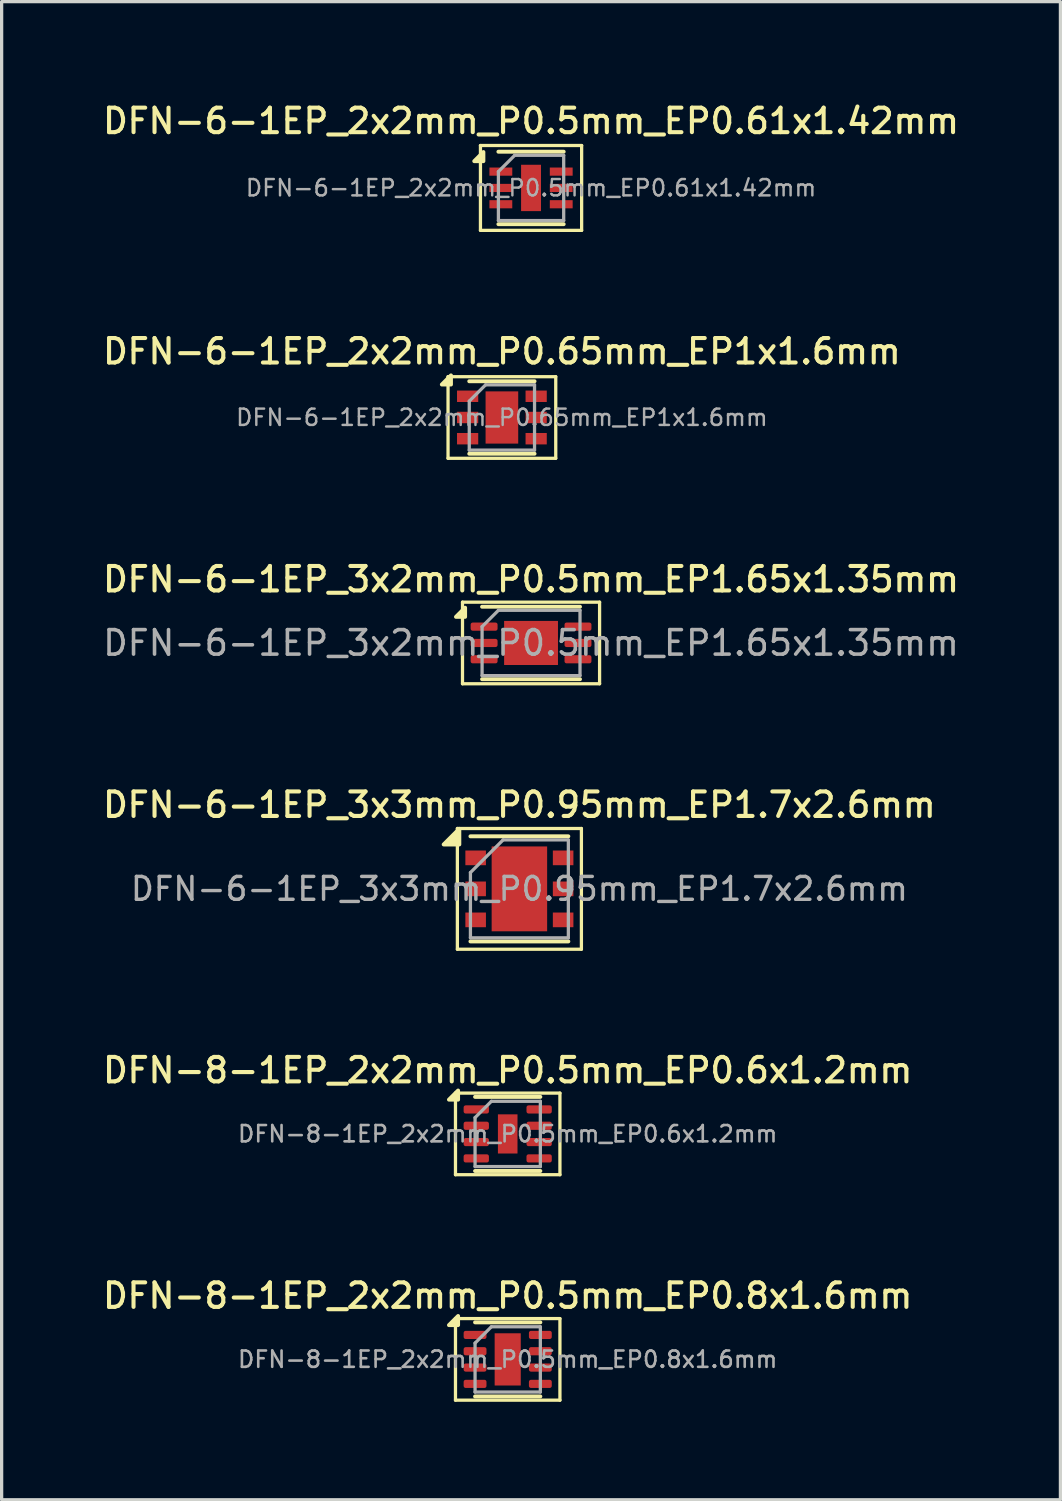
<source format=kicad_pcb>
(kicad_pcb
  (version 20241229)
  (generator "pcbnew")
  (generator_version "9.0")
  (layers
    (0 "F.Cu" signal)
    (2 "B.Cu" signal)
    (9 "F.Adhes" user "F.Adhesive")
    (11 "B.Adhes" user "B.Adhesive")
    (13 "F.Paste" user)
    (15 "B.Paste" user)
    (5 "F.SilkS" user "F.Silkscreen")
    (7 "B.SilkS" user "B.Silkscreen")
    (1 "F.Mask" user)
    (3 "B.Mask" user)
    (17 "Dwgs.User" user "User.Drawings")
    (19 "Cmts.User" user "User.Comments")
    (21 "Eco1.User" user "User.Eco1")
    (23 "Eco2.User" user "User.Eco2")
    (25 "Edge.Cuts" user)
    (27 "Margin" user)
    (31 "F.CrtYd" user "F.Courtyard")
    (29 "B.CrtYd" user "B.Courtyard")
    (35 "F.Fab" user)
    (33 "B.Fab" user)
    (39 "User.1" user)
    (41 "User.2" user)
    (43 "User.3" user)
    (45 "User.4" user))
  (footprint "DFN-6-1EP_3x2mm_P0.5mm_EP1.65x1.35mm"
    (layer "F.Cu")
    (at 13.22 16.649)
    (property "Reference" "DFN-6-1EP_3x2mm_P0.5mm_EP1.65x1.35mm" (at 0 -1.95 0) (layer "F.SilkS") (effects (font (size 0.75 0.75) (thickness 0.125))))
    (attr smd)
    (fp_line (start -2.1 -1.25) (end -2.1 1.25) (stroke (width 0.1) (type solid)) (layer "F.SilkS"))
    (fp_line (start -2.1 1.25) (end 2.1 1.25) (stroke (width 0.1) (type solid)) (layer "F.SilkS"))
    (fp_line (start -1.5 -1.11) (end 1.5 -1.11) (stroke (width 0.12) (type solid)) (layer "F.SilkS"))
    (fp_line (start -1.5 1.11) (end 1.5 1.11) (stroke (width 0.12) (type solid)) (layer "F.SilkS"))
    (fp_line (start 2.1 -1.25) (end -2.1 -1.25) (stroke (width 0.1) (type solid)) (layer "F.SilkS"))
    (fp_line (start 2.1 1.25) (end 2.1 -1.25) (stroke (width 0.1) (type solid)) (layer "F.SilkS"))
    (fp_poly (pts (xy -2.02 -0.8) (xy -2.3 -0.8) (xy -2.02 -1.08) (xy -2.02 -0.8)) (stroke (width 0.12) (type solid)) (fill yes) (layer "F.SilkS"))
    (fp_line (start -1.5 -0.5) (end -1 -1) (stroke (width 0.1) (type solid)) (layer "F.Fab"))
    (fp_line (start -1.5 1) (end -1.5 -0.5) (stroke (width 0.1) (type solid)) (layer "F.Fab"))
    (fp_line (start -1 -1) (end 1.5 -1) (stroke (width 0.1) (type solid)) (layer "F.Fab"))
    (fp_line (start 1.5 -1) (end 1.5 1) (stroke (width 0.1) (type solid)) (layer "F.Fab"))
    (fp_line (start 1.5 1) (end -1.5 1) (stroke (width 0.1) (type solid)) (layer "F.Fab"))
    (fp_text user "${REFERENCE}" (at 0 0 0) (layer "F.Fab") (effects (font (size 0.75 0.75) (thickness 0.11))))
    (pad "" smd roundrect (at -0.41 -0.34) (size 0.67 0.54) (layers "F.Paste") (roundrect_rratio 0.25))
    (pad "" smd roundrect (at -0.41 0.34) (size 0.67 0.54) (layers "F.Paste") (roundrect_rratio 0.25))
    (pad "" smd roundrect (at 0.41 -0.34) (size 0.67 0.54) (layers "F.Paste") (roundrect_rratio 0.25))
    (pad "" smd roundrect (at 0.41 0.34) (size 0.67 0.54) (layers "F.Paste") (roundrect_rratio 0.25))
    (pad "1" smd roundrect (at -1.438 -0.5) (size 0.825 0.25) (layers "F.Cu" "F.Mask" "F.Paste") (roundrect_rratio 0.25))
    (pad "2" smd roundrect (at -1.438 0) (size 0.825 0.25) (layers "F.Cu" "F.Mask" "F.Paste") (roundrect_rratio 0.25))
    (pad "3" smd roundrect (at -1.438 0.5) (size 0.825 0.25) (layers "F.Cu" "F.Mask" "F.Paste") (roundrect_rratio 0.25))
    (pad "4" smd roundrect (at 1.438 0.5) (size 0.825 0.25) (layers "F.Cu" "F.Mask" "F.Paste") (roundrect_rratio 0.25))
    (pad "5" smd roundrect (at 1.438 0) (size 0.825 0.25) (layers "F.Cu" "F.Mask" "F.Paste") (roundrect_rratio 0.25))
    (pad "6" smd roundrect (at 1.438 -0.5) (size 0.825 0.25) (layers "F.Cu" "F.Mask" "F.Paste") (roundrect_rratio 0.25))
    (pad "7" smd rect (at 0 0) (size 1.65 1.35) (property pad_prop_heatsink) (layers "F.Cu" "F.Mask")))
  (footprint "DFN-8-1EP_2x2mm_P0.5mm_EP0.8x1.6mm"
    (layer "F.Cu")
    (at 12.505 38.599)
    (property "Reference" "DFN-8-1EP_2x2mm_P0.5mm_EP0.8x1.6mm" (at 0 -1.95 0) (layer "F.SilkS") (effects (font (size 0.75 0.75) (thickness 0.125))))
    (attr smd)
    (fp_line (start -1.6 -1.25) (end -1.6 1.25) (stroke (width 0.1) (type solid)) (layer "F.SilkS"))
    (fp_line (start -1.6 1.25) (end 1.6 1.25) (stroke (width 0.1) (type solid)) (layer "F.SilkS"))
    (fp_line (start -1 -1.135) (end 1 -1.135) (stroke (width 0.12) (type solid)) (layer "F.SilkS"))
    (fp_line (start -1 1.135) (end 1 1.135) (stroke (width 0.12) (type solid)) (layer "F.SilkS"))
    (fp_line (start 1.6 -1.25) (end -1.6 -1.25) (stroke (width 0.1) (type solid)) (layer "F.SilkS"))
    (fp_line (start 1.6 1.25) (end 1.6 -1.25) (stroke (width 0.1) (type solid)) (layer "F.SilkS"))
    (fp_poly (pts (xy -1.52 -1.05) (xy -1.8 -1.05) (xy -1.52 -1.33) (xy -1.52 -1.05)) (stroke (width 0.12) (type solid)) (fill yes) (layer "F.SilkS"))
    (fp_line (start -1 -0.5) (end -0.5 -1) (stroke (width 0.1) (type solid)) (layer "F.Fab"))
    (fp_line (start -1 1) (end -1 -0.5) (stroke (width 0.1) (type solid)) (layer "F.Fab"))
    (fp_line (start -0.5 -1) (end 1 -1) (stroke (width 0.1) (type solid)) (layer "F.Fab"))
    (fp_line (start 1 -1) (end 1 1) (stroke (width 0.1) (type solid)) (layer "F.Fab"))
    (fp_line (start 1 1) (end -1 1) (stroke (width 0.1) (type solid)) (layer "F.Fab"))
    (fp_text user "${REFERENCE}" (at 0 0 0) (layer "F.Fab") (effects (font (size 0.5 0.5) (thickness 0.08))))
    (pad "" smd roundrect (at 0 0) (size 0.64 1.29) (layers "F.Paste") (roundrect_rratio 0.25))
    (pad "1" smd roundrect (at -1 -0.75) (size 0.7 0.25) (layers "F.Cu" "F.Mask" "F.Paste") (roundrect_rratio 0.25))
    (pad "2" smd roundrect (at -1 -0.25) (size 0.7 0.25) (layers "F.Cu" "F.Mask" "F.Paste") (roundrect_rratio 0.25))
    (pad "3" smd roundrect (at -1 0.25) (size 0.7 0.25) (layers "F.Cu" "F.Mask" "F.Paste") (roundrect_rratio 0.25))
    (pad "4" smd roundrect (at -1 0.75) (size 0.7 0.25) (layers "F.Cu" "F.Mask" "F.Paste") (roundrect_rratio 0.25))
    (pad "5" smd roundrect (at 1 0.75) (size 0.7 0.25) (layers "F.Cu" "F.Mask" "F.Paste") (roundrect_rratio 0.25))
    (pad "6" smd roundrect (at 1 0.25) (size 0.7 0.25) (layers "F.Cu" "F.Mask" "F.Paste") (roundrect_rratio 0.25))
    (pad "7" smd roundrect (at 1 -0.25) (size 0.7 0.25) (layers "F.Cu" "F.Mask" "F.Paste") (roundrect_rratio 0.25))
    (pad "8" smd roundrect (at 1 -0.75) (size 0.7 0.25) (layers "F.Cu" "F.Mask" "F.Paste") (roundrect_rratio 0.25))
    (pad "9" smd rect (at 0 0) (size 0.8 1.6) (property pad_prop_heatsink) (layers "F.Cu" "F.Mask")))
  (footprint "DFN-6-1EP_3x3mm_P0.95mm_EP1.7x2.6mm"
    (layer "F.Cu")
    (at 12.863 24.183)
    (property "Reference" "DFN-6-1EP_3x3mm_P0.95mm_EP1.7x2.6mm" (at 0 -2.575 0) (layer "F.SilkS") (effects (font (size 0.75 0.75) (thickness 0.125))))
    (attr smd)
    (fp_line (start -1.9 -1.85) (end -1.9 1.85) (stroke (width 0.1) (type solid)) (layer "F.SilkS"))
    (fp_line (start -1.9 -1.85) (end 1.9 -1.85) (stroke (width 0.1) (type solid)) (layer "F.SilkS"))
    (fp_line (start -1.9 1.85) (end 1.9 1.85) (stroke (width 0.1) (type solid)) (layer "F.SilkS"))
    (fp_line (start -1.5 -1.61) (end 1.5 -1.61) (stroke (width 0.12) (type solid)) (layer "F.SilkS"))
    (fp_line (start -1.5 1.61) (end 1.5 1.61) (stroke (width 0.12) (type solid)) (layer "F.SilkS"))
    (fp_line (start 1.9 -1.85) (end 1.9 1.85) (stroke (width 0.1) (type solid)) (layer "F.SilkS"))
    (fp_poly (pts (xy -1.84 -1.36) (xy -2.32 -1.36) (xy -1.84 -1.84) (xy -1.84 -1.36)) (stroke (width 0.12) (type solid)) (fill yes) (layer "F.SilkS"))
    (fp_line (start -1.5 -0.5) (end -0.5 -1.5) (stroke (width 0.1) (type solid)) (layer "F.Fab"))
    (fp_line (start -1.5 1.5) (end -1.5 -0.5) (stroke (width 0.1) (type solid)) (layer "F.Fab"))
    (fp_line (start -0.5 -1.5) (end 1.5 -1.5) (stroke (width 0.1) (type solid)) (layer "F.Fab"))
    (fp_line (start 1.5 -1.5) (end 1.5 1.5) (stroke (width 0.1) (type solid)) (layer "F.Fab"))
    (fp_line (start 1.5 1.5) (end -1.5 1.5) (stroke (width 0.1) (type solid)) (layer "F.Fab"))
    (fp_text user "${REFERENCE}" (at 0 0 0) (layer "F.Fab") (effects (font (size 0.7 0.7) (thickness 0.105))))
    (pad "" smd rect (at -0.425 -0.866) (size 0.66 0.73) (layers "F.Paste"))
    (pad "" smd rect (at -0.425 0) (size 0.66 0.73) (layers "F.Paste"))
    (pad "" smd rect (at -0.425 0.866) (size 0.66 0.73) (layers "F.Paste"))
    (pad "" smd rect (at 0.425 -0.866) (size 0.66 0.73) (layers "F.Paste"))
    (pad "" smd rect (at 0.425 0) (size 0.66 0.73) (layers "F.Paste"))
    (pad "" smd rect (at 0.425 0.866) (size 0.66 0.73) (layers "F.Paste"))
    (pad "1" smd rect (at -1.34 -0.95) (size 0.63 0.45) (layers "F.Cu" "F.Mask" "F.Paste"))
    (pad "2" smd rect (at -1.34 0) (size 0.63 0.45) (layers "F.Cu" "F.Mask" "F.Paste"))
    (pad "3" smd rect (at -1.34 0.95) (size 0.63 0.45) (layers "F.Cu" "F.Mask" "F.Paste"))
    (pad "4" smd rect (at 1.34 0.95) (size 0.63 0.45) (layers "F.Cu" "F.Mask" "F.Paste"))
    (pad "5" smd rect (at 1.34 0) (size 0.63 0.45) (layers "F.Cu" "F.Mask" "F.Paste"))
    (pad "6" smd rect (at 1.34 -0.95) (size 0.63 0.45) (layers "F.Cu" "F.Mask" "F.Paste"))
    (pad "7" smd rect (at 0 0) (size 1.7 2.6) (layers "F.Cu" "F.Mask")))
  (footprint "DFN-6-1EP_2x2mm_P0.65mm_EP1x1.6mm"
    (layer "F.Cu")
    (at 12.327 9.741)
    (property "Reference" "DFN-6-1EP_2x2mm_P0.65mm_EP1x1.6mm" (at 0 -2.025 0) (layer "F.SilkS") (effects (font (size 0.75 0.75) (thickness 0.125))))
    (attr smd)
    (fp_line (start -1.65 -1.25) (end -1.65 1.25) (stroke (width 0.1) (type solid)) (layer "F.SilkS"))
    (fp_line (start -1.65 -1.25) (end 1.65 -1.25) (stroke (width 0.1) (type solid)) (layer "F.SilkS"))
    (fp_line (start -1.65 1.25) (end 1.65 1.25) (stroke (width 0.1) (type solid)) (layer "F.SilkS"))
    (fp_line (start -1 -1.11) (end 1 -1.11) (stroke (width 0.12) (type solid)) (layer "F.SilkS"))
    (fp_line (start -1 1.11) (end 1 1.11) (stroke (width 0.12) (type solid)) (layer "F.SilkS"))
    (fp_line (start 1.65 -1.25) (end 1.65 1.25) (stroke (width 0.1) (type solid)) (layer "F.SilkS"))
    (fp_poly (pts (xy -1.56 -1.01) (xy -1.84 -1.01) (xy -1.56 -1.29) (xy -1.56 -1.01)) (stroke (width 0.12) (type solid)) (fill yes) (layer "F.SilkS"))
    (fp_line (start -1 -0.5) (end -0.5 -1) (stroke (width 0.1) (type solid)) (layer "F.Fab"))
    (fp_line (start -1 1) (end -1 -0.5) (stroke (width 0.1) (type solid)) (layer "F.Fab"))
    (fp_line (start -0.5 -1) (end 1 -1) (stroke (width 0.1) (type solid)) (layer "F.Fab"))
    (fp_line (start 1 -1) (end 1 1) (stroke (width 0.1) (type solid)) (layer "F.Fab"))
    (fp_line (start 1 1) (end -1 1) (stroke (width 0.1) (type solid)) (layer "F.Fab"))
    (fp_text user "${REFERENCE}" (at 0 0 0) (layer "F.Fab") (effects (font (size 0.5 0.5) (thickness 0.075))))
    (pad "" smd rect (at 0 -0.4) (size 0.82 0.63) (layers "F.Paste"))
    (pad "" smd rect (at 0 0.4) (size 0.82 0.63) (layers "F.Paste"))
    (pad "1" smd rect (at -1.05 -0.65) (size 0.65 0.35) (layers "F.Cu" "F.Mask" "F.Paste"))
    (pad "2" smd rect (at -1.05 0) (size 0.65 0.35) (layers "F.Cu" "F.Mask" "F.Paste"))
    (pad "3" smd rect (at -1.05 0.65) (size 0.65 0.35) (layers "F.Cu" "F.Mask" "F.Paste"))
    (pad "4" smd rect (at 1.05 0.65) (size 0.65 0.35) (layers "F.Cu" "F.Mask" "F.Paste"))
    (pad "5" smd rect (at 1.05 0) (size 0.65 0.35) (layers "F.Cu" "F.Mask" "F.Paste"))
    (pad "6" smd rect (at 1.05 -0.65) (size 0.65 0.35) (layers "F.Cu" "F.Mask" "F.Paste"))
    (pad "7" smd rect (at 0 0) (size 1 1.6) (layers "F.Cu" "F.Mask")))
  (footprint "DFN-6-1EP_2x2mm_P0.5mm_EP0.61x1.42mm"
    (layer "F.Cu")
    (at 13.22 2.708)
    (property "Reference" "DFN-6-1EP_2x2mm_P0.5mm_EP0.61x1.42mm" (at 0 -2.05 0) (layer "F.SilkS") (effects (font (size 0.75 0.75) (thickness 0.125))))
    (attr smd)
    (fp_line (start -1.55 -1.3) (end -1.55 1.3) (stroke (width 0.1) (type solid)) (layer "F.SilkS"))
    (fp_line (start -1.55 -1.3) (end 1.55 -1.3) (stroke (width 0.1) (type solid)) (layer "F.SilkS"))
    (fp_line (start -1.55 1.3) (end 1.55 1.3) (stroke (width 0.1) (type solid)) (layer "F.SilkS"))
    (fp_line (start -1 -1.11) (end 1 -1.11) (stroke (width 0.12) (type solid)) (layer "F.SilkS"))
    (fp_line (start -1 1.11) (end 1 1.11) (stroke (width 0.12) (type solid)) (layer "F.SilkS"))
    (fp_line (start 1.55 -1.3) (end 1.55 1.3) (stroke (width 0.1) (type solid)) (layer "F.SilkS"))
    (fp_poly (pts (xy -1.46 -0.82) (xy -1.74 -0.82) (xy -1.46 -1.1) (xy -1.46 -0.82)) (stroke (width 0.12) (type solid)) (fill yes) (layer "F.SilkS"))
    (fp_line (start -1 -0.5) (end -0.5 -1) (stroke (width 0.1) (type solid)) (layer "F.Fab"))
    (fp_line (start -1 1) (end -1 -0.5) (stroke (width 0.1) (type solid)) (layer "F.Fab"))
    (fp_line (start -0.5 -1) (end 1 -1) (stroke (width 0.1) (type solid)) (layer "F.Fab"))
    (fp_line (start 1 -1) (end 1 1) (stroke (width 0.1) (type solid)) (layer "F.Fab"))
    (fp_line (start 1 1) (end -1 1) (stroke (width 0.1) (type solid)) (layer "F.Fab"))
    (fp_text user "${REFERENCE}" (at 0 0 0) (layer "F.Fab") (effects (font (size 0.5 0.5) (thickness 0.075))))
    (pad "" smd rect (at 0 -0.355) (size 0.5 0.56) (layers "F.Paste"))
    (pad "" smd rect (at 0 0.355) (size 0.5 0.56) (layers "F.Paste"))
    (pad "1" smd rect (at -0.925 -0.5) (size 0.7 0.25) (layers "F.Cu" "F.Mask" "F.Paste"))
    (pad "2" smd rect (at -0.925 0) (size 0.7 0.25) (layers "F.Cu" "F.Mask" "F.Paste"))
    (pad "3" smd rect (at -0.925 0.5) (size 0.7 0.25) (layers "F.Cu" "F.Mask" "F.Paste"))
    (pad "4" smd rect (at 0.925 0.5) (size 0.7 0.25) (layers "F.Cu" "F.Mask" "F.Paste"))
    (pad "5" smd rect (at 0.925 0) (size 0.7 0.25) (layers "F.Cu" "F.Mask" "F.Paste"))
    (pad "6" smd rect (at 0.925 -0.5) (size 0.7 0.25) (layers "F.Cu" "F.Mask" "F.Paste"))
    (pad "7" smd rect (at 0 0) (size 0.61 1.42) (layers "F.Cu" "F.Mask")))
  (footprint "DFN-8-1EP_2x2mm_P0.5mm_EP0.6x1.2mm"
    (layer "F.Cu")
    (at 12.505 31.691)
    (property "Reference" "DFN-8-1EP_2x2mm_P0.5mm_EP0.6x1.2mm" (at 0 -1.95 0) (layer "F.SilkS") (effects (font (size 0.75 0.75) (thickness 0.125))))
    (attr smd)
    (fp_line (start -1.6 -1.25) (end -1.6 1.25) (stroke (width 0.1) (type solid)) (layer "F.SilkS"))
    (fp_line (start -1.6 1.25) (end 1.6 1.25) (stroke (width 0.1) (type solid)) (layer "F.SilkS"))
    (fp_line (start -1 -1.135) (end 1 -1.135) (stroke (width 0.12) (type solid)) (layer "F.SilkS"))
    (fp_line (start -1 1.135) (end 1 1.135) (stroke (width 0.12) (type solid)) (layer "F.SilkS"))
    (fp_line (start 1.6 -1.25) (end -1.6 -1.25) (stroke (width 0.1) (type solid)) (layer "F.SilkS"))
    (fp_line (start 1.6 1.25) (end 1.6 -1.25) (stroke (width 0.1) (type solid)) (layer "F.SilkS"))
    (fp_poly (pts (xy -1.52 -1.05) (xy -1.8 -1.05) (xy -1.52 -1.33) (xy -1.52 -1.05)) (stroke (width 0.12) (type solid)) (fill yes) (layer "F.SilkS"))
    (fp_line (start -1 -0.5) (end -0.5 -1) (stroke (width 0.1) (type solid)) (layer "F.Fab"))
    (fp_line (start -1 1) (end -1 -0.5) (stroke (width 0.1) (type solid)) (layer "F.Fab"))
    (fp_line (start -0.5 -1) (end 1 -1) (stroke (width 0.1) (type solid)) (layer "F.Fab"))
    (fp_line (start 1 -1) (end 1 1) (stroke (width 0.1) (type solid)) (layer "F.Fab"))
    (fp_line (start 1 1) (end -1 1) (stroke (width 0.1) (type solid)) (layer "F.Fab"))
    (fp_text user "${REFERENCE}" (at 0 0 0) (layer "F.Fab") (effects (font (size 0.5 0.5) (thickness 0.08))))
    (pad "" smd roundrect (at -0.15 -0.3) (size 0.24 0.48) (layers "F.Paste") (roundrect_rratio 0.25))
    (pad "" smd roundrect (at -0.15 0.3) (size 0.24 0.48) (layers "F.Paste") (roundrect_rratio 0.25))
    (pad "" smd roundrect (at 0.15 -0.3) (size 0.24 0.48) (layers "F.Paste") (roundrect_rratio 0.25))
    (pad "" smd roundrect (at 0.15 0.3) (size 0.24 0.48) (layers "F.Paste") (roundrect_rratio 0.25))
    (pad "1" smd roundrect (at -0.963 -0.75) (size 0.775 0.25) (layers "F.Cu" "F.Mask" "F.Paste") (roundrect_rratio 0.25))
    (pad "2" smd roundrect (at -0.963 -0.25) (size 0.775 0.25) (layers "F.Cu" "F.Mask" "F.Paste") (roundrect_rratio 0.25))
    (pad "3" smd roundrect (at -0.963 0.25) (size 0.775 0.25) (layers "F.Cu" "F.Mask" "F.Paste") (roundrect_rratio 0.25))
    (pad "4" smd roundrect (at -0.963 0.75) (size 0.775 0.25) (layers "F.Cu" "F.Mask" "F.Paste") (roundrect_rratio 0.25))
    (pad "5" smd roundrect (at 0.963 0.75) (size 0.775 0.25) (layers "F.Cu" "F.Mask" "F.Paste") (roundrect_rratio 0.25))
    (pad "6" smd roundrect (at 0.963 0.25) (size 0.775 0.25) (layers "F.Cu" "F.Mask" "F.Paste") (roundrect_rratio 0.25))
    (pad "7" smd roundrect (at 0.963 -0.25) (size 0.775 0.25) (layers "F.Cu" "F.Mask" "F.Paste") (roundrect_rratio 0.25))
    (pad "8" smd roundrect (at 0.963 -0.75) (size 0.775 0.25) (layers "F.Cu" "F.Mask" "F.Paste") (roundrect_rratio 0.25))
    (pad "9" smd rect (at 0 0) (size 0.6 1.2) (property pad_prop_heatsink) (layers "F.Cu" "F.Mask")))
  (gr_rect
    (start -3 -3)
    (end 29.439 42.899)
    (stroke (width 0.1) (type default))
    (fill no)
    (layer "Edge.Cuts")))
</source>
